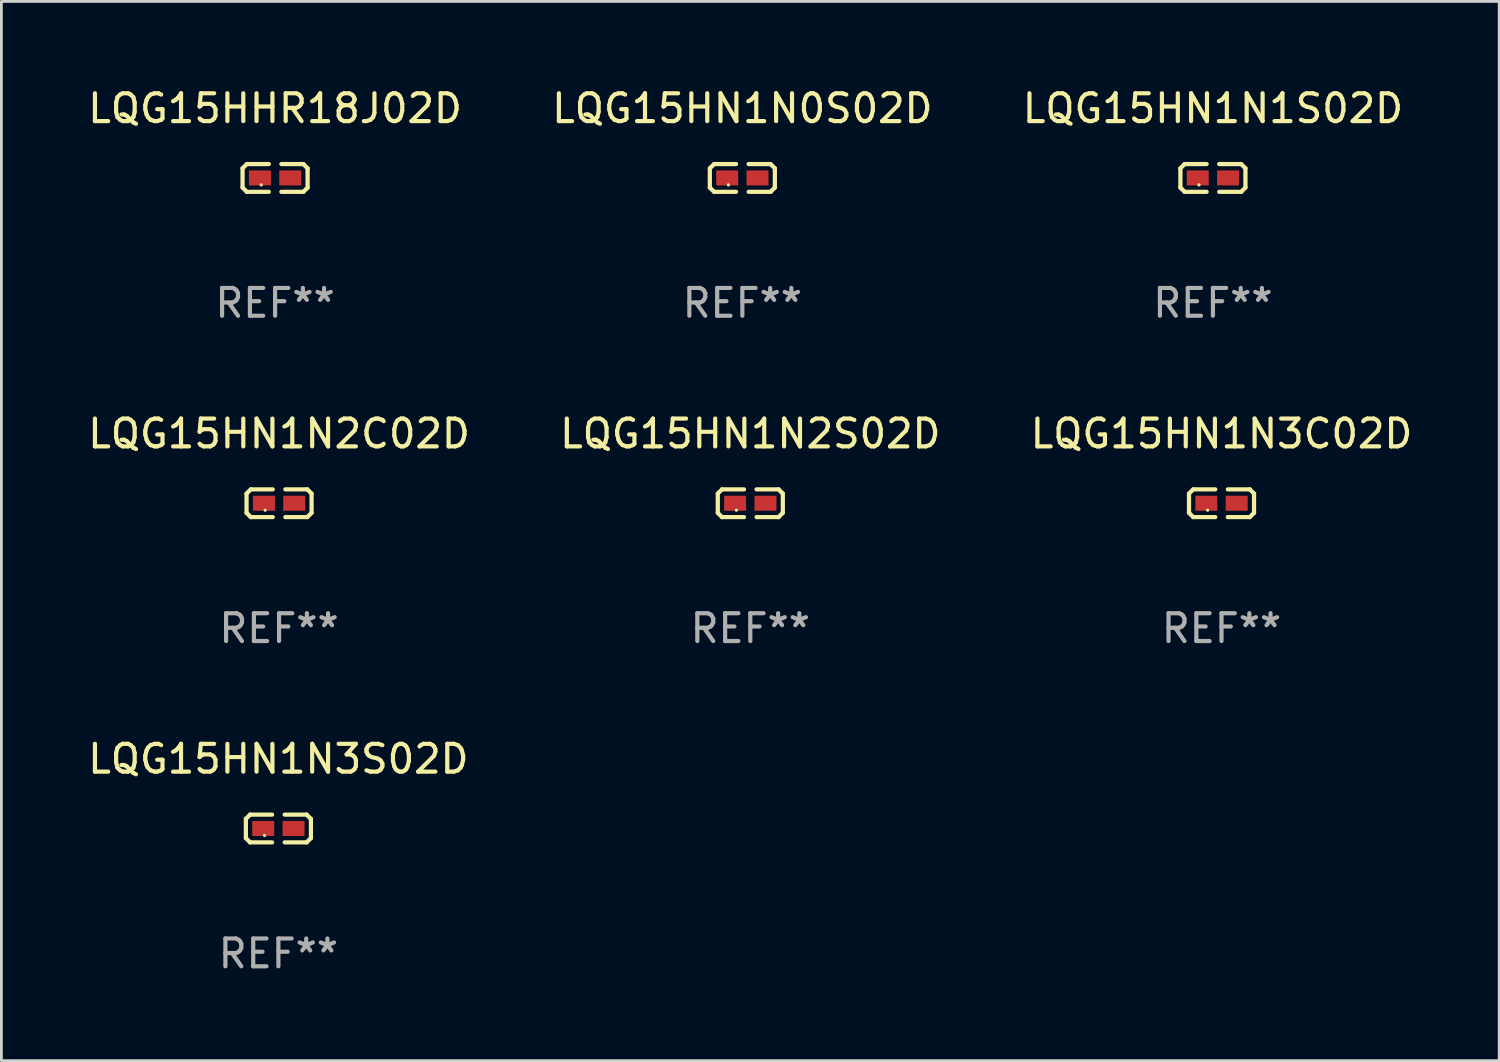
<source format=kicad_pcb>
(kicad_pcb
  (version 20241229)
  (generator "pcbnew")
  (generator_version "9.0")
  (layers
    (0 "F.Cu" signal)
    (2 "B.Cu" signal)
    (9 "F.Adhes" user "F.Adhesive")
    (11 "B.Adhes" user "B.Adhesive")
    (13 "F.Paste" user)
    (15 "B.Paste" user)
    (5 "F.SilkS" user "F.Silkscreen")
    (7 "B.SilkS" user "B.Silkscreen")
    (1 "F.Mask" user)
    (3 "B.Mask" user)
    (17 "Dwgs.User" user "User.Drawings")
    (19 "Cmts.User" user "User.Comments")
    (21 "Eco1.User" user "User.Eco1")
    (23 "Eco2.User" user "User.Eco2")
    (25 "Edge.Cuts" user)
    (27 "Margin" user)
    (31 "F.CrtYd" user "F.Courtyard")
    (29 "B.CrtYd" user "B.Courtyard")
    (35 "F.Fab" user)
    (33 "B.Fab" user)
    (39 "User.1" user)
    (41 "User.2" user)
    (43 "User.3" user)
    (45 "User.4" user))
  (footprint "LQG15HN1N2S02D"
    (layer "F.Cu")
    (at 23.923 15.041)
    (property "Reference" "LQG15HN1N2S02D" (at 0 -2.499 0) (layer "F.SilkS") (effects (font (size 1 1) (thickness 0.15))))
    (attr through_hole)
    (fp_line (start -1.169 -0.346) (end -1.016 -0.499) (stroke (width 0.152) (type solid)) (layer "F.SilkS"))
    (fp_line (start -1.169 0.346) (end -1.169 -0.346) (stroke (width 0.152) (type solid)) (layer "F.SilkS"))
    (fp_line (start -1.016 -0.499) (end -0.226 -0.499) (stroke (width 0.152) (type solid)) (layer "F.SilkS"))
    (fp_line (start -1.016 0.499) (end -1.169 0.346) (stroke (width 0.152) (type solid)) (layer "F.SilkS"))
    (fp_line (start -0.226 0.499) (end -1.016 0.499) (stroke (width 0.152) (type solid)) (layer "F.SilkS"))
    (fp_line (start 0.226 0.499) (end 1.016 0.499) (stroke (width 0.152) (type solid)) (layer "F.SilkS"))
    (fp_line (start 1.016 -0.499) (end 0.226 -0.499) (stroke (width 0.152) (type solid)) (layer "F.SilkS"))
    (fp_line (start 1.016 0.499) (end 1.169 0.346) (stroke (width 0.152) (type solid)) (layer "F.SilkS"))
    (fp_line (start 1.169 -0.346) (end 1.016 -0.499) (stroke (width 0.152) (type solid)) (layer "F.SilkS"))
    (fp_line (start 1.169 0.346) (end 1.169 -0.346) (stroke (width 0.152) (type solid)) (layer "F.SilkS"))
    (fp_circle (center -0.5 0.25) (end -0.47 0.25) (stroke (width 0.06) (type solid)) (fill no) (layer "F.SilkS"))
    (fp_text user "REF**" (at 0 4.499 0) (layer "F.Fab") (effects (font (size 1 1) (thickness 0.15))))
    (pad "1" smd rect (at -0.545 0) (size 0.79 0.54) (layers "F.Cu" "F.Mask" "F.Paste"))
    (pad "2" smd rect (at 0.545 0) (size 0.79 0.54) (layers "F.Cu" "F.Mask" "F.Paste")))
  (footprint "LQG15HN1N3S02D"
    (layer "F.Cu")
    (at 6.958 26.734)
    (property "Reference" "LQG15HN1N3S02D" (at 0 -2.499 0) (layer "F.SilkS") (effects (font (size 1 1) (thickness 0.15))))
    (attr through_hole)
    (fp_line (start -1.169 -0.346) (end -1.016 -0.499) (stroke (width 0.152) (type solid)) (layer "F.SilkS"))
    (fp_line (start -1.169 0.346) (end -1.169 -0.346) (stroke (width 0.152) (type solid)) (layer "F.SilkS"))
    (fp_line (start -1.016 -0.499) (end -0.226 -0.499) (stroke (width 0.152) (type solid)) (layer "F.SilkS"))
    (fp_line (start -1.016 0.499) (end -1.169 0.346) (stroke (width 0.152) (type solid)) (layer "F.SilkS"))
    (fp_line (start -0.226 0.499) (end -1.016 0.499) (stroke (width 0.152) (type solid)) (layer "F.SilkS"))
    (fp_line (start 0.226 0.499) (end 1.016 0.499) (stroke (width 0.152) (type solid)) (layer "F.SilkS"))
    (fp_line (start 1.016 -0.499) (end 0.226 -0.499) (stroke (width 0.152) (type solid)) (layer "F.SilkS"))
    (fp_line (start 1.016 0.499) (end 1.169 0.346) (stroke (width 0.152) (type solid)) (layer "F.SilkS"))
    (fp_line (start 1.169 -0.346) (end 1.016 -0.499) (stroke (width 0.152) (type solid)) (layer "F.SilkS"))
    (fp_line (start 1.169 0.346) (end 1.169 -0.346) (stroke (width 0.152) (type solid)) (layer "F.SilkS"))
    (fp_circle (center -0.5 0.25) (end -0.47 0.25) (stroke (width 0.06) (type solid)) (fill no) (layer "F.SilkS"))
    (fp_text user "REF**" (at 0 4.499 0) (layer "F.Fab") (effects (font (size 1 1) (thickness 0.15))))
    (pad "1" smd rect (at -0.545 0) (size 0.79 0.54) (layers "F.Cu" "F.Mask" "F.Paste"))
    (pad "2" smd rect (at 0.545 0) (size 0.79 0.54) (layers "F.Cu" "F.Mask" "F.Paste")))
  (footprint "LQG15HHR18J02D"
    (layer "F.Cu")
    (at 6.839 3.347)
    (property "Reference" "LQG15HHR18J02D" (at 0 -2.499 0) (layer "F.SilkS") (effects (font (size 1 1) (thickness 0.15))))
    (attr through_hole)
    (fp_line (start -1.169 -0.346) (end -1.016 -0.499) (stroke (width 0.152) (type solid)) (layer "F.SilkS"))
    (fp_line (start -1.169 0.346) (end -1.169 -0.346) (stroke (width 0.152) (type solid)) (layer "F.SilkS"))
    (fp_line (start -1.016 -0.499) (end -0.226 -0.499) (stroke (width 0.152) (type solid)) (layer "F.SilkS"))
    (fp_line (start -1.016 0.499) (end -1.169 0.346) (stroke (width 0.152) (type solid)) (layer "F.SilkS"))
    (fp_line (start -0.226 0.499) (end -1.016 0.499) (stroke (width 0.152) (type solid)) (layer "F.SilkS"))
    (fp_line (start 0.226 0.499) (end 1.016 0.499) (stroke (width 0.152) (type solid)) (layer "F.SilkS"))
    (fp_line (start 1.016 -0.499) (end 0.226 -0.499) (stroke (width 0.152) (type solid)) (layer "F.SilkS"))
    (fp_line (start 1.016 0.499) (end 1.169 0.346) (stroke (width 0.152) (type solid)) (layer "F.SilkS"))
    (fp_line (start 1.169 -0.346) (end 1.016 -0.499) (stroke (width 0.152) (type solid)) (layer "F.SilkS"))
    (fp_line (start 1.169 0.346) (end 1.169 -0.346) (stroke (width 0.152) (type solid)) (layer "F.SilkS"))
    (fp_circle (center -0.5 0.25) (end -0.47 0.25) (stroke (width 0.06) (type solid)) (fill no) (layer "F.SilkS"))
    (fp_text user "REF**" (at 0 4.499 0) (layer "F.Fab") (effects (font (size 1 1) (thickness 0.15))))
    (pad "1" smd rect (at -0.545 0) (size 0.79 0.54) (layers "F.Cu" "F.Mask" "F.Paste"))
    (pad "2" smd rect (at 0.545 0) (size 0.79 0.54) (layers "F.Cu" "F.Mask" "F.Paste")))
  (footprint "LQG15HN1N1S02D"
    (layer "F.Cu")
    (at 40.554 3.347)
    (property "Reference" "LQG15HN1N1S02D" (at 0 -2.499 0) (layer "F.SilkS") (effects (font (size 1 1) (thickness 0.15))))
    (attr through_hole)
    (fp_line (start -1.169 -0.346) (end -1.016 -0.499) (stroke (width 0.152) (type solid)) (layer "F.SilkS"))
    (fp_line (start -1.169 0.346) (end -1.169 -0.346) (stroke (width 0.152) (type solid)) (layer "F.SilkS"))
    (fp_line (start -1.016 -0.499) (end -0.226 -0.499) (stroke (width 0.152) (type solid)) (layer "F.SilkS"))
    (fp_line (start -1.016 0.499) (end -1.169 0.346) (stroke (width 0.152) (type solid)) (layer "F.SilkS"))
    (fp_line (start -0.226 0.499) (end -1.016 0.499) (stroke (width 0.152) (type solid)) (layer "F.SilkS"))
    (fp_line (start 0.226 0.499) (end 1.016 0.499) (stroke (width 0.152) (type solid)) (layer "F.SilkS"))
    (fp_line (start 1.016 -0.499) (end 0.226 -0.499) (stroke (width 0.152) (type solid)) (layer "F.SilkS"))
    (fp_line (start 1.016 0.499) (end 1.169 0.346) (stroke (width 0.152) (type solid)) (layer "F.SilkS"))
    (fp_line (start 1.169 -0.346) (end 1.016 -0.499) (stroke (width 0.152) (type solid)) (layer "F.SilkS"))
    (fp_line (start 1.169 0.346) (end 1.169 -0.346) (stroke (width 0.152) (type solid)) (layer "F.SilkS"))
    (fp_circle (center -0.5 0.25) (end -0.47 0.25) (stroke (width 0.06) (type solid)) (fill no) (layer "F.SilkS"))
    (fp_text user "REF**" (at 0 4.499 0) (layer "F.Fab") (effects (font (size 1 1) (thickness 0.15))))
    (pad "1" smd rect (at -0.545 0) (size 0.79 0.54) (layers "F.Cu" "F.Mask" "F.Paste"))
    (pad "2" smd rect (at 0.545 0) (size 0.79 0.54) (layers "F.Cu" "F.Mask" "F.Paste")))
  (footprint "LQG15HN1N2C02D"
    (layer "F.Cu")
    (at 6.982 15.041)
    (property "Reference" "LQG15HN1N2C02D" (at 0 -2.499 0) (layer "F.SilkS") (effects (font (size 1 1) (thickness 0.15))))
    (attr through_hole)
    (fp_line (start -1.169 -0.346) (end -1.016 -0.499) (stroke (width 0.152) (type solid)) (layer "F.SilkS"))
    (fp_line (start -1.169 0.346) (end -1.169 -0.346) (stroke (width 0.152) (type solid)) (layer "F.SilkS"))
    (fp_line (start -1.016 -0.499) (end -0.226 -0.499) (stroke (width 0.152) (type solid)) (layer "F.SilkS"))
    (fp_line (start -1.016 0.499) (end -1.169 0.346) (stroke (width 0.152) (type solid)) (layer "F.SilkS"))
    (fp_line (start -0.226 0.499) (end -1.016 0.499) (stroke (width 0.152) (type solid)) (layer "F.SilkS"))
    (fp_line (start 0.226 0.499) (end 1.016 0.499) (stroke (width 0.152) (type solid)) (layer "F.SilkS"))
    (fp_line (start 1.016 -0.499) (end 0.226 -0.499) (stroke (width 0.152) (type solid)) (layer "F.SilkS"))
    (fp_line (start 1.016 0.499) (end 1.169 0.346) (stroke (width 0.152) (type solid)) (layer "F.SilkS"))
    (fp_line (start 1.169 -0.346) (end 1.016 -0.499) (stroke (width 0.152) (type solid)) (layer "F.SilkS"))
    (fp_line (start 1.169 0.346) (end 1.169 -0.346) (stroke (width 0.152) (type solid)) (layer "F.SilkS"))
    (fp_circle (center -0.5 0.25) (end -0.47 0.25) (stroke (width 0.06) (type solid)) (fill no) (layer "F.SilkS"))
    (fp_text user "REF**" (at 0 4.499 0) (layer "F.Fab") (effects (font (size 1 1) (thickness 0.15))))
    (pad "1" smd rect (at -0.545 0) (size 0.79 0.54) (layers "F.Cu" "F.Mask" "F.Paste"))
    (pad "2" smd rect (at 0.545 0) (size 0.79 0.54) (layers "F.Cu" "F.Mask" "F.Paste")))
  (footprint "LQG15HN1N0S02D"
    (layer "F.Cu")
    (at 23.637 3.347)
    (property "Reference" "LQG15HN1N0S02D" (at 0 -2.499 0) (layer "F.SilkS") (effects (font (size 1 1) (thickness 0.15))))
    (attr through_hole)
    (fp_line (start -1.169 -0.346) (end -1.016 -0.499) (stroke (width 0.152) (type solid)) (layer "F.SilkS"))
    (fp_line (start -1.169 0.346) (end -1.169 -0.346) (stroke (width 0.152) (type solid)) (layer "F.SilkS"))
    (fp_line (start -1.016 -0.499) (end -0.226 -0.499) (stroke (width 0.152) (type solid)) (layer "F.SilkS"))
    (fp_line (start -1.016 0.499) (end -1.169 0.346) (stroke (width 0.152) (type solid)) (layer "F.SilkS"))
    (fp_line (start -0.226 0.499) (end -1.016 0.499) (stroke (width 0.152) (type solid)) (layer "F.SilkS"))
    (fp_line (start 0.226 0.499) (end 1.016 0.499) (stroke (width 0.152) (type solid)) (layer "F.SilkS"))
    (fp_line (start 1.016 -0.499) (end 0.226 -0.499) (stroke (width 0.152) (type solid)) (layer "F.SilkS"))
    (fp_line (start 1.016 0.499) (end 1.169 0.346) (stroke (width 0.152) (type solid)) (layer "F.SilkS"))
    (fp_line (start 1.169 -0.346) (end 1.016 -0.499) (stroke (width 0.152) (type solid)) (layer "F.SilkS"))
    (fp_line (start 1.169 0.346) (end 1.169 -0.346) (stroke (width 0.152) (type solid)) (layer "F.SilkS"))
    (fp_circle (center -0.5 0.25) (end -0.47 0.25) (stroke (width 0.06) (type solid)) (fill no) (layer "F.SilkS"))
    (fp_text user "REF**" (at 0 4.499 0) (layer "F.Fab") (effects (font (size 1 1) (thickness 0.15))))
    (pad "1" smd rect (at -0.545 0) (size 0.79 0.54) (layers "F.Cu" "F.Mask" "F.Paste"))
    (pad "2" smd rect (at 0.545 0) (size 0.79 0.54) (layers "F.Cu" "F.Mask" "F.Paste")))
  (footprint "LQG15HN1N3C02D"
    (layer "F.Cu")
    (at 40.863 15.041)
    (property "Reference" "LQG15HN1N3C02D" (at 0 -2.499 0) (layer "F.SilkS") (effects (font (size 1 1) (thickness 0.15))))
    (attr through_hole)
    (fp_line (start -1.169 -0.346) (end -1.016 -0.499) (stroke (width 0.152) (type solid)) (layer "F.SilkS"))
    (fp_line (start -1.169 0.346) (end -1.169 -0.346) (stroke (width 0.152) (type solid)) (layer "F.SilkS"))
    (fp_line (start -1.016 -0.499) (end -0.226 -0.499) (stroke (width 0.152) (type solid)) (layer "F.SilkS"))
    (fp_line (start -1.016 0.499) (end -1.169 0.346) (stroke (width 0.152) (type solid)) (layer "F.SilkS"))
    (fp_line (start -0.226 0.499) (end -1.016 0.499) (stroke (width 0.152) (type solid)) (layer "F.SilkS"))
    (fp_line (start 0.226 0.499) (end 1.016 0.499) (stroke (width 0.152) (type solid)) (layer "F.SilkS"))
    (fp_line (start 1.016 -0.499) (end 0.226 -0.499) (stroke (width 0.152) (type solid)) (layer "F.SilkS"))
    (fp_line (start 1.016 0.499) (end 1.169 0.346) (stroke (width 0.152) (type solid)) (layer "F.SilkS"))
    (fp_line (start 1.169 -0.346) (end 1.016 -0.499) (stroke (width 0.152) (type solid)) (layer "F.SilkS"))
    (fp_line (start 1.169 0.346) (end 1.169 -0.346) (stroke (width 0.152) (type solid)) (layer "F.SilkS"))
    (fp_circle (center -0.5 0.25) (end -0.47 0.25) (stroke (width 0.06) (type solid)) (fill no) (layer "F.SilkS"))
    (fp_text user "REF**" (at 0 4.499 0) (layer "F.Fab") (effects (font (size 1 1) (thickness 0.15))))
    (pad "1" smd rect (at -0.545 0) (size 0.79 0.54) (layers "F.Cu" "F.Mask" "F.Paste"))
    (pad "2" smd rect (at 0.545 0) (size 0.79 0.54) (layers "F.Cu" "F.Mask" "F.Paste")))
  (gr_rect
    (start -3 -3)
    (end 50.845 35.081)
    (stroke (width 0.1) (type default))
    (fill no)
    (layer "Edge.Cuts")))
</source>
